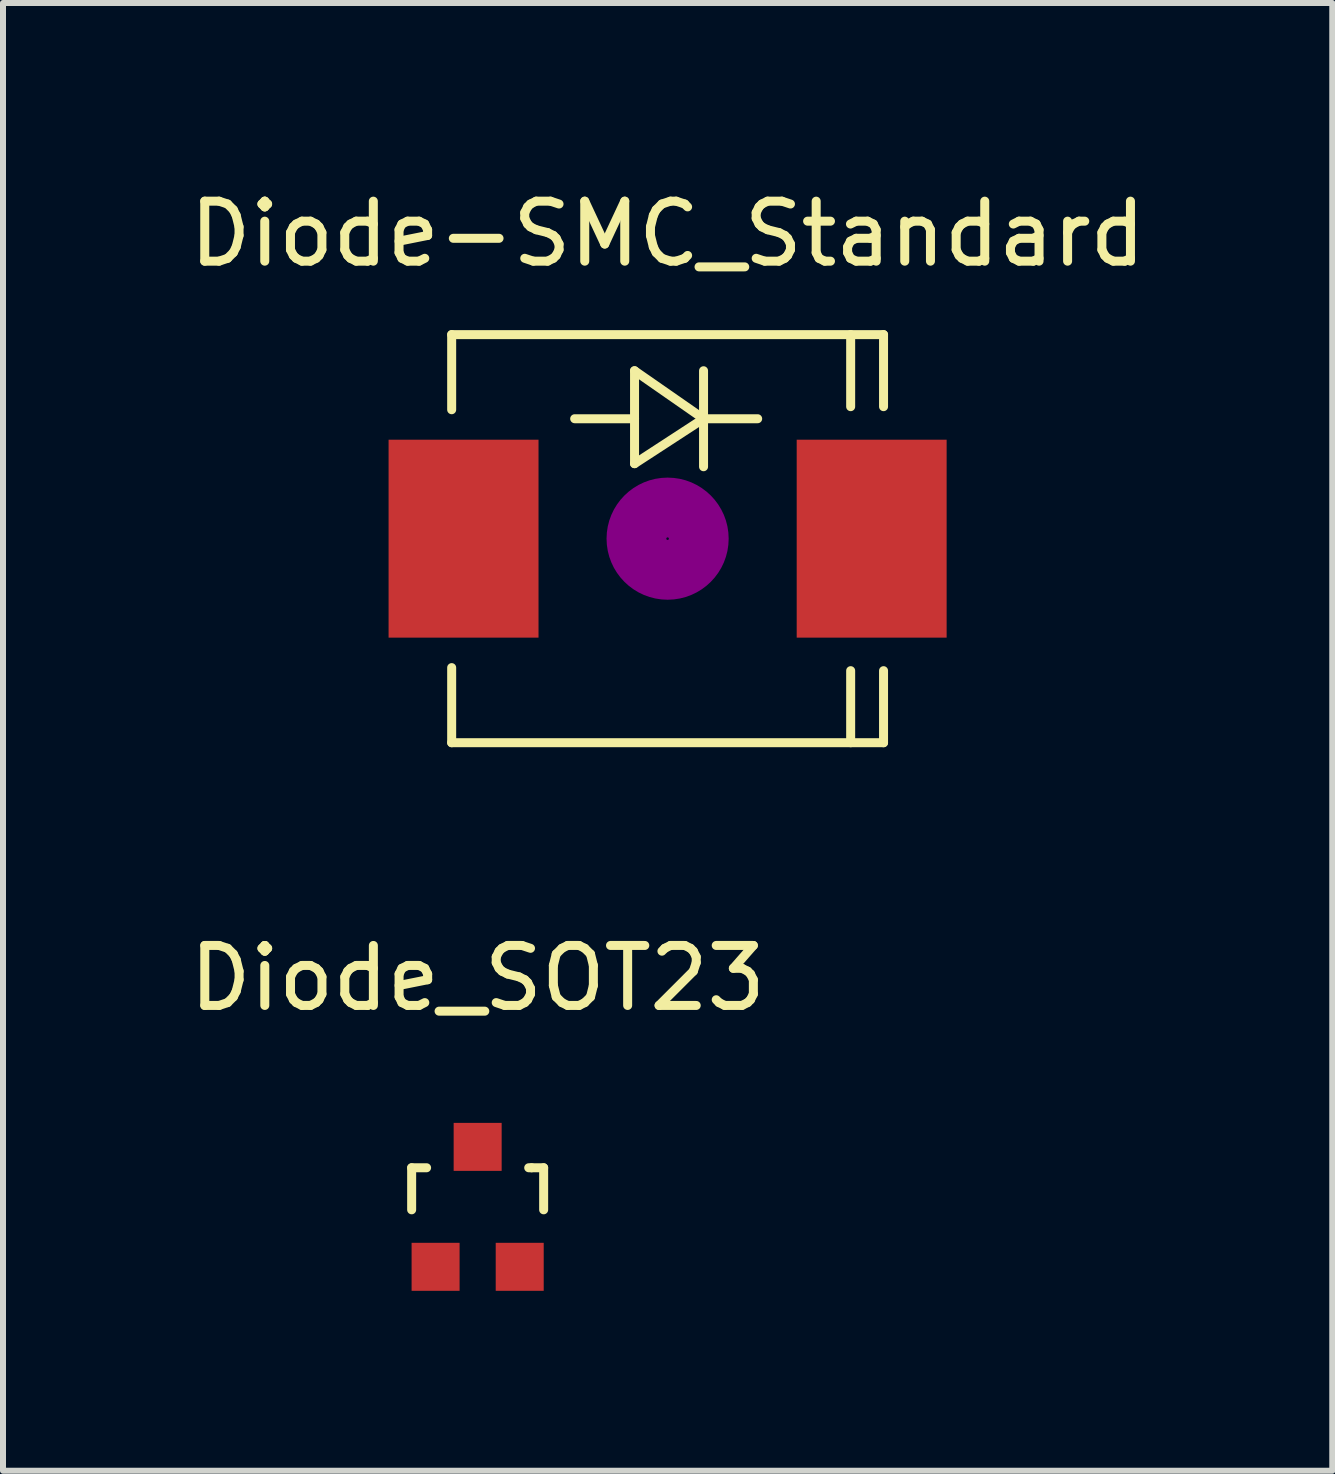
<source format=kicad_pcb>
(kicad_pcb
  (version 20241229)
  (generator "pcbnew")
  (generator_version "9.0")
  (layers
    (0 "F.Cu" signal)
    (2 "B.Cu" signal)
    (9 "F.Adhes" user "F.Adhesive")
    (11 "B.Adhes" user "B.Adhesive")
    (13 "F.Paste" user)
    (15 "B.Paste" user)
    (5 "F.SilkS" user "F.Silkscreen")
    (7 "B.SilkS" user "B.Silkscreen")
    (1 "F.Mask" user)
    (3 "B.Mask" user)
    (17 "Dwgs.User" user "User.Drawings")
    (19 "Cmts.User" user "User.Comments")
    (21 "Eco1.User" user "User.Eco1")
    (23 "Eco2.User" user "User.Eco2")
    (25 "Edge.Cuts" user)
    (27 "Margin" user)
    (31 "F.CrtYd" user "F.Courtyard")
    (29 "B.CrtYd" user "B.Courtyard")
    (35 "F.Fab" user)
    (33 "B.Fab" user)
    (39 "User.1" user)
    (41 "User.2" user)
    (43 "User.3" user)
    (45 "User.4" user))
  (footprint "Diode_SOT23"
    (layer "F.Cu")
    (at 4.911 17.063)
    (property "Reference" "Diode_SOT23" (at 0 -3.81 0) (layer "F.SilkS") (effects (font (size 1 1) (thickness 0.15))))
    (attr smd)
    (fp_line (start -1.1 -0.65) (end -0.851 -0.65) (stroke (width 0.15) (type solid)) (layer "F.SilkS"))
    (fp_line (start -1.1 0.051) (end -1.1 -0.65) (stroke (width 0.15) (type solid)) (layer "F.SilkS"))
    (fp_line (start 0.899 -0.65) (end 0.851 -0.65) (stroke (width 0.15) (type solid)) (layer "F.SilkS"))
    (fp_line (start 0.899 -0.65) (end 1.1 -0.65) (stroke (width 0.15) (type solid)) (layer "F.SilkS"))
    (fp_line (start 1.1 -0.65) (end 1.1 0.051) (stroke (width 0.15) (type solid)) (layer "F.SilkS"))
    (pad "1" smd rect (at -0.701 1.001) (size 0.8 0.8) (layers "F.Cu" "F.Mask" "F.Paste"))
    (pad "2" smd rect (at 0.701 1.001) (size 0.8 0.8) (layers "F.Cu" "F.Mask" "F.Paste"))
    (pad "3" smd rect (at 0 -0.998) (size 0.8 0.8) (layers "F.Cu" "F.Mask" "F.Paste")))
  (footprint "Diode-SMC_Standard"
    (layer "F.Cu")
    (at 8.077 5.928)
    (property "Reference" "Diode-SMC_Standard" (at 0 -5.08 0) (layer "F.SilkS") (effects (font (size 1 1) (thickness 0.15))))
    (attr smd)
    (fp_line (start -3.599 -3.401) (end -3.599 -2.149) (stroke (width 0.15) (type solid)) (layer "F.SilkS"))
    (fp_line (start -3.599 -3.401) (end 3.599 -3.401) (stroke (width 0.15) (type solid)) (layer "F.SilkS"))
    (fp_line (start -3.599 3.401) (end -3.599 2.149) (stroke (width 0.15) (type solid)) (layer "F.SilkS"))
    (fp_line (start -3.599 3.401) (end 3.599 3.401) (stroke (width 0.15) (type solid)) (layer "F.SilkS"))
    (fp_line (start -0.551 -1.999) (end -1.549 -1.999) (stroke (width 0.15) (type solid)) (layer "F.SilkS"))
    (fp_line (start -0.551 -1.25) (end -0.551 -2.799) (stroke (width 0.15) (type solid)) (layer "F.SilkS"))
    (fp_line (start 0.599 -2.799) (end 0.599 -1.199) (stroke (width 0.15) (type solid)) (layer "F.SilkS"))
    (fp_line (start 0.599 -1.999) (end -0.551 -2.799) (stroke (width 0.15) (type solid)) (layer "F.SilkS"))
    (fp_line (start 0.599 -1.999) (end -0.551 -1.25) (stroke (width 0.15) (type solid)) (layer "F.SilkS"))
    (fp_line (start 0.599 -1.999) (end 1.501 -1.999) (stroke (width 0.15) (type solid)) (layer "F.SilkS"))
    (fp_line (start 3.051 -3.401) (end 3.051 -2.2) (stroke (width 0.15) (type solid)) (layer "F.SilkS"))
    (fp_line (start 3.051 3.401) (end 3.051 2.2) (stroke (width 0.15) (type solid)) (layer "F.SilkS"))
    (fp_line (start 3.599 -3.401) (end 3.599 -2.2) (stroke (width 0.15) (type solid)) (layer "F.SilkS"))
    (fp_line (start 3.599 3.401) (end 3.599 2.2) (stroke (width 0.15) (type solid)) (layer "F.SilkS"))
    (fp_circle (center 0 0) (end 0.15 0.15) (stroke (width 0.381) (type solid)) (fill no) (layer "F.Adhes"))
    (fp_circle (center 0 0) (end 0.45 0.201) (stroke (width 0.381) (type solid)) (fill no) (layer "F.Adhes"))
    (fp_circle (center 0 0) (end 0.749 0.351) (stroke (width 0.381) (type solid)) (fill no) (layer "F.Adhes"))
    (pad "1" smd rect (at -3.401 0 90) (size 3.299 2.499) (layers "F.Cu" "F.Mask" "F.Paste"))
    (pad "2" smd rect (at 3.401 0 90) (size 3.299 2.499) (layers "F.Cu" "F.Mask" "F.Paste")))
  (gr_rect
    (start -3 -3)
    (end 19.155 21.463)
    (stroke (width 0.1) (type default))
    (fill no)
    (layer "Edge.Cuts")))
</source>
